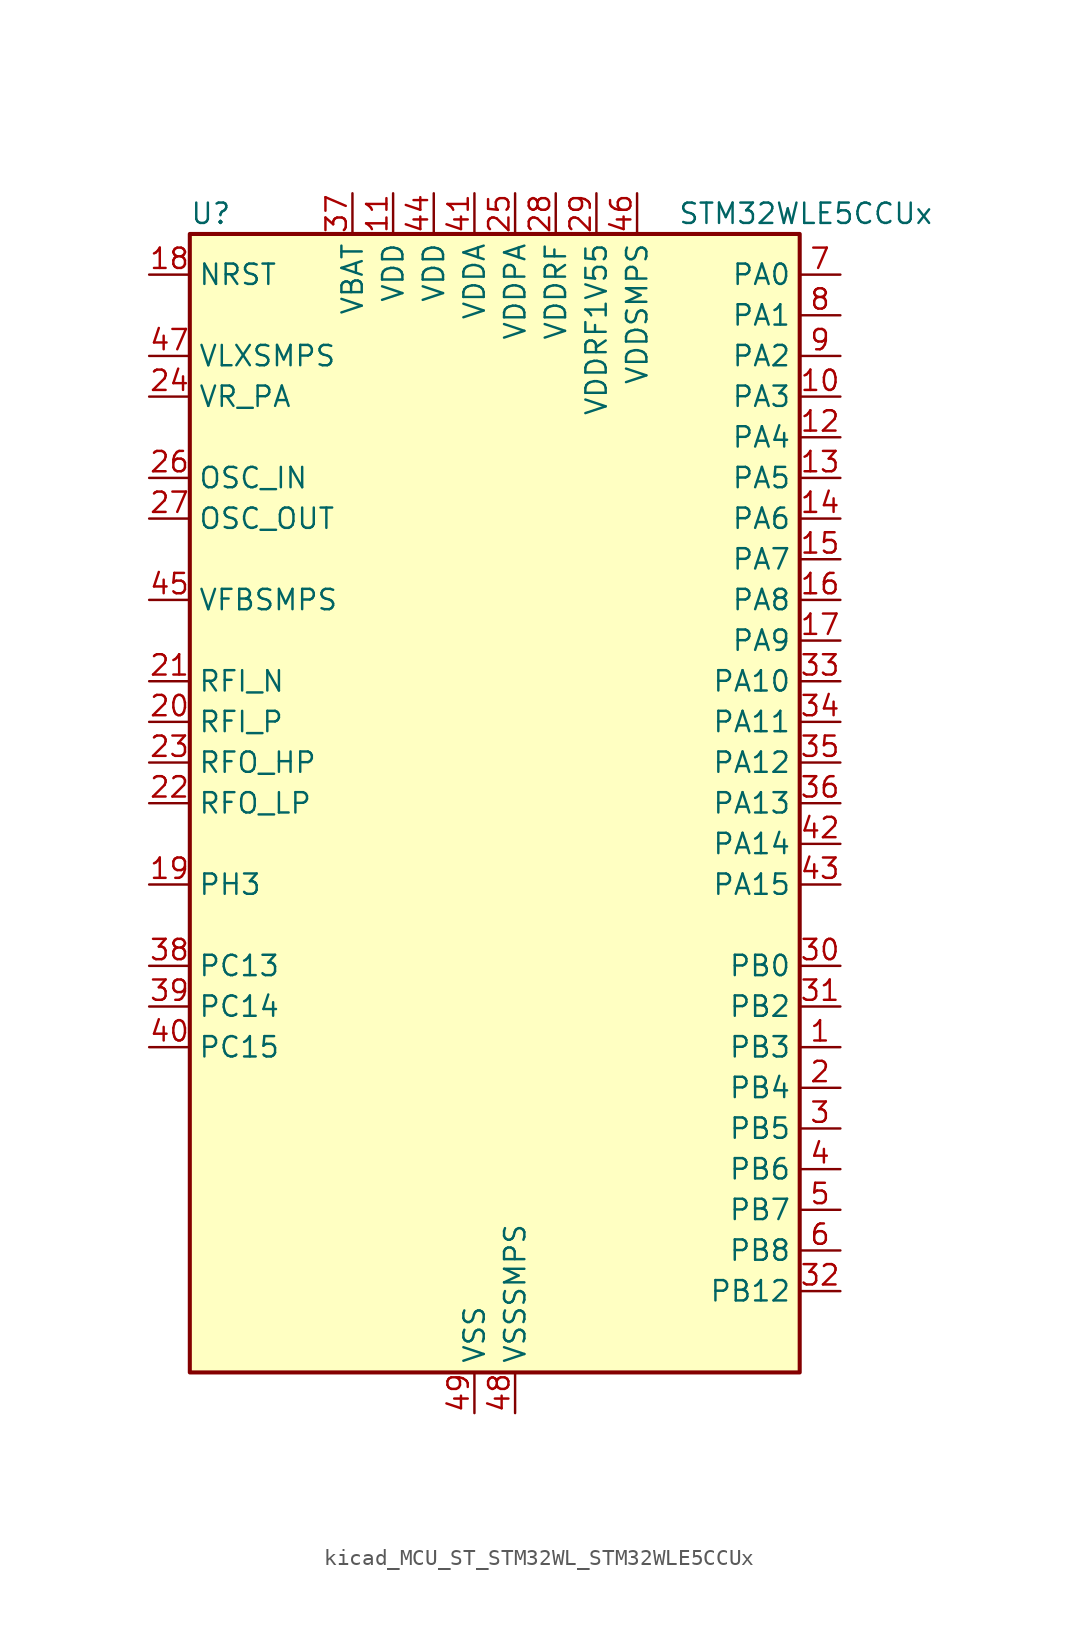
<source format=kicad_sym>
(kicad_symbol_lib
  (version 20220914)
  (generator kicad_symbol_editor)
  (symbol "kicad_MCU_ST_STM32WL_STM32WLE5CCUx"
    (property "Reference" "U"
      (at -17.78 36.83 0)
      (effects (font (size 1.27 1.27)) (justify left)))
    (property "Value" "STM32WLE5CCUx"
      (at 12.7 36.83 0)
      (effects (font (size 1.27 1.27)) (justify left)))
    (property "ki_locked" ""
      (at 0 0 0)
      (effects (font (size 1.27 1.27))))
    (symbol "kicad_MCU_ST_STM32WL_STM32WLE5CCUx_0_1"
      (rectangle (start -17.78 -35.56) (end 20.32 35.56) (stroke (width 0.254) (type default)) (fill (type background))))
    (symbol "kicad_MCU_ST_STM32WL_STM32WLE5CCUx_1_1"
      (pin bidirectional line (at 22.86 -15.24 180) (length 2.54) (name "PB3" (effects (font (size 1.27 1.27)))) (number "1" (effects (font (size 1.27 1.27)))) (alternate "ADC_IN2" bidirectional line) (alternate "COMP1_INM" bidirectional line) (alternate "COMP2_INM" bidirectional line) (alternate "DEBUG_JTDO-SWO" bidirectional line) (alternate "DEBUG_RF-DTB1" bidirectional line) (alternate "PWR_WKUP3" bidirectional line) (alternate "RTC_TAMP_IN3" bidirectional line) (alternate "SPI1_SCK" bidirectional line) (alternate "TIM2_CH2" bidirectional line) (alternate "USART1_DE" bidirectional line) (alternate "USART1_RTS" bidirectional line))
      (pin bidirectional line (at 22.86 25.4 180) (length 2.54) (name "PA3" (effects (font (size 1.27 1.27)))) (number "10" (effects (font (size 1.27 1.27)))) (alternate "I2S2_MCK" bidirectional line) (alternate "LPUART1_RX" bidirectional line) (alternate "TIM2_CH4" bidirectional line) (alternate "USART2_RX" bidirectional line))
      (pin power_in line (at -5.08 38.1 270) (length 2.54) (name "VDD" (effects (font (size 1.27 1.27)))) (number "11" (effects (font (size 1.27 1.27)))))
      (pin bidirectional line (at 22.86 22.86 180) (length 2.54) (name "PA4" (effects (font (size 1.27 1.27)))) (number "12" (effects (font (size 1.27 1.27)))) (alternate "DEBUG_SUBGHZSPI-NSSOUT" bidirectional line) (alternate "LPTIM1_OUT" bidirectional line) (alternate "LPTIM2_OUT" bidirectional line) (alternate "RTC_OUT2" bidirectional line) (alternate "SPI1_NSS" bidirectional line) (alternate "USART2_CK" bidirectional line))
      (pin bidirectional line (at 22.86 20.32 180) (length 2.54) (name "PA5" (effects (font (size 1.27 1.27)))) (number "13" (effects (font (size 1.27 1.27)))) (alternate "DEBUG_SUBGHZSPI-SCKOUT" bidirectional line) (alternate "LPTIM2_ETR" bidirectional line) (alternate "SPI1_SCK" bidirectional line) (alternate "SPI2_MISO" bidirectional line) (alternate "TIM2_CH1" bidirectional line) (alternate "TIM2_ETR" bidirectional line))
      (pin bidirectional line (at 22.86 17.78 180) (length 2.54) (name "PA6" (effects (font (size 1.27 1.27)))) (number "14" (effects (font (size 1.27 1.27)))) (alternate "DEBUG_SUBGHZSPI-MISOOUT" bidirectional line) (alternate "I2C2_SMBA" bidirectional line) (alternate "LPUART1_CTS" bidirectional line) (alternate "SPI1_MISO" bidirectional line) (alternate "TIM16_CH1" bidirectional line) (alternate "TIM1_BKIN" bidirectional line))
      (pin bidirectional line (at 22.86 15.24 180) (length 2.54) (name "PA7" (effects (font (size 1.27 1.27)))) (number "15" (effects (font (size 1.27 1.27)))) (alternate "COMP2_OUT" bidirectional line) (alternate "DEBUG_SUBGHZSPI-MOSIOUT" bidirectional line) (alternate "I2C3_SCL" bidirectional line) (alternate "SPI1_MOSI" bidirectional line) (alternate "TIM17_CH1" bidirectional line) (alternate "TIM1_CH1N" bidirectional line))
      (pin bidirectional line (at 22.86 12.7 180) (length 2.54) (name "PA8" (effects (font (size 1.27 1.27)))) (number "16" (effects (font (size 1.27 1.27)))) (alternate "I2S2_CK" bidirectional line) (alternate "LPTIM2_OUT" bidirectional line) (alternate "RCC_MCO" bidirectional line) (alternate "SPI2_SCK" bidirectional line) (alternate "TIM1_CH1" bidirectional line) (alternate "USART1_CK" bidirectional line))
      (pin bidirectional line (at 22.86 10.16 180) (length 2.54) (name "PA9" (effects (font (size 1.27 1.27)))) (number "17" (effects (font (size 1.27 1.27)))) (alternate "DAC_EXTI9" bidirectional line) (alternate "I2C1_SCL" bidirectional line) (alternate "I2S2_CK" bidirectional line) (alternate "I2S2_WS" bidirectional line) (alternate "SPI2_NSS" bidirectional line) (alternate "SPI2_SCK" bidirectional line) (alternate "TIM1_CH2" bidirectional line) (alternate "USART1_TX" bidirectional line))
      (pin input line (at -20.32 33.02 0) (length 2.54) (name "NRST" (effects (font (size 1.27 1.27)))) (number "18" (effects (font (size 1.27 1.27)))))
      (pin bidirectional line (at -20.32 -5.08 0) (length 2.54) (name "PH3" (effects (font (size 1.27 1.27)))) (number "19" (effects (font (size 1.27 1.27)))))
      (pin bidirectional line (at 22.86 -17.78 180) (length 2.54) (name "PB4" (effects (font (size 1.27 1.27)))) (number "2" (effects (font (size 1.27 1.27)))) (alternate "ADC_IN3" bidirectional line) (alternate "COMP1_INP" bidirectional line) (alternate "COMP2_INP" bidirectional line) (alternate "DEBUG_JTRST" bidirectional line) (alternate "DEBUG_RF-LDORDY" bidirectional line) (alternate "I2C3_SDA" bidirectional line) (alternate "SPI1_MISO" bidirectional line) (alternate "TIM17_BKIN" bidirectional line) (alternate "USART1_CTS" bidirectional line) (alternate "USART1_NSS" bidirectional line))
      (pin bidirectional line (at -20.32 5.08 0) (length 2.54) (name "RFI_P" (effects (font (size 1.27 1.27)))) (number "20" (effects (font (size 1.27 1.27)))))
      (pin bidirectional line (at -20.32 7.62 0) (length 2.54) (name "RFI_N" (effects (font (size 1.27 1.27)))) (number "21" (effects (font (size 1.27 1.27)))))
      (pin bidirectional line (at -20.32 0 0) (length 2.54) (name "RFO_LP" (effects (font (size 1.27 1.27)))) (number "22" (effects (font (size 1.27 1.27)))))
      (pin bidirectional line (at -20.32 2.54 0) (length 2.54) (name "RFO_HP" (effects (font (size 1.27 1.27)))) (number "23" (effects (font (size 1.27 1.27)))))
      (pin power_in line (at -20.32 25.4 0) (length 2.54) (name "VR_PA" (effects (font (size 1.27 1.27)))) (number "24" (effects (font (size 1.27 1.27)))))
      (pin power_in line (at 2.54 38.1 270) (length 2.54) (name "VDDPA" (effects (font (size 1.27 1.27)))) (number "25" (effects (font (size 1.27 1.27)))))
      (pin input line (at -20.32 20.32 0) (length 2.54) (name "OSC_IN" (effects (font (size 1.27 1.27)))) (number "26" (effects (font (size 1.27 1.27)))) (alternate "RCC_OSC_IN" bidirectional line))
      (pin input line (at -20.32 17.78 0) (length 2.54) (name "OSC_OUT" (effects (font (size 1.27 1.27)))) (number "27" (effects (font (size 1.27 1.27)))) (alternate "RCC_OSC_OUT" bidirectional line))
      (pin power_in line (at 5.08 38.1 270) (length 2.54) (name "VDDRF" (effects (font (size 1.27 1.27)))) (number "28" (effects (font (size 1.27 1.27)))))
      (pin power_in line (at 7.62 38.1 270) (length 2.54) (name "VDDRF1V55" (effects (font (size 1.27 1.27)))) (number "29" (effects (font (size 1.27 1.27)))))
      (pin bidirectional line (at 22.86 -20.32 180) (length 2.54) (name "PB5" (effects (font (size 1.27 1.27)))) (number "3" (effects (font (size 1.27 1.27)))) (alternate "COMP2_OUT" bidirectional line) (alternate "I2C1_SMBA" bidirectional line) (alternate "LPTIM1_IN1" bidirectional line) (alternate "SPI1_MOSI" bidirectional line) (alternate "TIM16_BKIN" bidirectional line) (alternate "USART1_CK" bidirectional line))
      (pin bidirectional line (at 22.86 -10.16 180) (length 2.54) (name "PB0" (effects (font (size 1.27 1.27)))) (number "30" (effects (font (size 1.27 1.27)))) (alternate "COMP1_OUT" bidirectional line) (alternate "VDDTCXO" bidirectional line))
      (pin bidirectional line (at 22.86 -12.7 180) (length 2.54) (name "PB2" (effects (font (size 1.27 1.27)))) (number "31" (effects (font (size 1.27 1.27)))) (alternate "ADC_IN4" bidirectional line) (alternate "COMP1_INP" bidirectional line) (alternate "COMP2_INM" bidirectional line) (alternate "DEBUG_RF-SMPSRDY" bidirectional line) (alternate "I2C3_SMBA" bidirectional line) (alternate "LPTIM1_OUT" bidirectional line) (alternate "SPI1_NSS" bidirectional line))
      (pin bidirectional line (at 22.86 -30.48 180) (length 2.54) (name "PB12" (effects (font (size 1.27 1.27)))) (number "32" (effects (font (size 1.27 1.27)))) (alternate "I2C3_SMBA" bidirectional line) (alternate "I2S2_WS" bidirectional line) (alternate "LPUART1_RTS" bidirectional line) (alternate "SPI2_NSS" bidirectional line) (alternate "TIM1_BKIN" bidirectional line))
      (pin bidirectional line (at 22.86 7.62 180) (length 2.54) (name "PA10" (effects (font (size 1.27 1.27)))) (number "33" (effects (font (size 1.27 1.27)))) (alternate "ADC_IN6" bidirectional line) (alternate "COMP1_INM" bidirectional line) (alternate "COMP2_INM" bidirectional line) (alternate "DAC_OUT1" bidirectional line) (alternate "DEBUG_RF-HSE32RDY" bidirectional line) (alternate "I2C1_SDA" bidirectional line) (alternate "I2S2_SD" bidirectional line) (alternate "RTC_REFIN" bidirectional line) (alternate "SPI2_MOSI" bidirectional line) (alternate "TIM17_BKIN" bidirectional line) (alternate "TIM1_CH3" bidirectional line) (alternate "USART1_RX" bidirectional line))
      (pin bidirectional line (at 22.86 5.08 180) (length 2.54) (name "PA11" (effects (font (size 1.27 1.27)))) (number "34" (effects (font (size 1.27 1.27)))) (alternate "ADC_EXTI11" bidirectional line) (alternate "ADC_IN7" bidirectional line) (alternate "COMP1_INM" bidirectional line) (alternate "COMP2_INM" bidirectional line) (alternate "DEBUG_RF-NRESET" bidirectional line) (alternate "I2C2_SDA" bidirectional line) (alternate "LPTIM3_ETR" bidirectional line) (alternate "SPI1_MISO" bidirectional line) (alternate "TIM1_BKIN2" bidirectional line) (alternate "TIM1_CH4" bidirectional line) (alternate "USART1_CTS" bidirectional line) (alternate "USART1_NSS" bidirectional line))
      (pin bidirectional line (at 22.86 2.54 180) (length 2.54) (name "PA12" (effects (font (size 1.27 1.27)))) (number "35" (effects (font (size 1.27 1.27)))) (alternate "ADC_IN8" bidirectional line) (alternate "DEBUG_RF-BUSY" bidirectional line) (alternate "I2C2_SCL" bidirectional line) (alternate "LPTIM3_IN1" bidirectional line) (alternate "SPI1_MOSI" bidirectional line) (alternate "TIM1_ETR" bidirectional line) (alternate "USART1_DE" bidirectional line) (alternate "USART1_RTS" bidirectional line))
      (pin bidirectional line (at 22.86 0 180) (length 2.54) (name "PA13" (effects (font (size 1.27 1.27)))) (number "36" (effects (font (size 1.27 1.27)))) (alternate "ADC_IN9" bidirectional line) (alternate "DEBUG_JTMS-SWDIO" bidirectional line) (alternate "I2C2_SMBA" bidirectional line) (alternate "IR_OUT" bidirectional line))
      (pin power_in line (at -7.62 38.1 270) (length 2.54) (name "VBAT" (effects (font (size 1.27 1.27)))) (number "37" (effects (font (size 1.27 1.27)))))
      (pin bidirectional line (at -20.32 -10.16 0) (length 2.54) (name "PC13" (effects (font (size 1.27 1.27)))) (number "38" (effects (font (size 1.27 1.27)))) (alternate "PWR_WKUP2" bidirectional line) (alternate "RTC_OUT1" bidirectional line) (alternate "RTC_TAMP_IN1" bidirectional line) (alternate "RTC_TS" bidirectional line))
      (pin bidirectional line (at -20.32 -12.7 0) (length 2.54) (name "PC14" (effects (font (size 1.27 1.27)))) (number "39" (effects (font (size 1.27 1.27)))) (alternate "RCC_OSC32_IN" bidirectional line))
      (pin bidirectional line (at 22.86 -22.86 180) (length 2.54) (name "PB6" (effects (font (size 1.27 1.27)))) (number "4" (effects (font (size 1.27 1.27)))) (alternate "I2C1_SCL" bidirectional line) (alternate "LPTIM1_ETR" bidirectional line) (alternate "TIM16_CH1N" bidirectional line) (alternate "USART1_TX" bidirectional line))
      (pin bidirectional line (at -20.32 -15.24 0) (length 2.54) (name "PC15" (effects (font (size 1.27 1.27)))) (number "40" (effects (font (size 1.27 1.27)))) (alternate "RCC_OSC32_OUT" bidirectional line))
      (pin power_in line (at 0 38.1 270) (length 2.54) (name "VDDA" (effects (font (size 1.27 1.27)))) (number "41" (effects (font (size 1.27 1.27)))))
      (pin bidirectional line (at 22.86 -2.54 180) (length 2.54) (name "PA14" (effects (font (size 1.27 1.27)))) (number "42" (effects (font (size 1.27 1.27)))) (alternate "ADC_IN10" bidirectional line) (alternate "DEBUG_JTCK-SWCLK" bidirectional line) (alternate "I2C1_SMBA" bidirectional line) (alternate "LPTIM1_OUT" bidirectional line))
      (pin bidirectional line (at 22.86 -5.08 180) (length 2.54) (name "PA15" (effects (font (size 1.27 1.27)))) (number "43" (effects (font (size 1.27 1.27)))) (alternate "ADC_IN11" bidirectional line) (alternate "COMP1_INM" bidirectional line) (alternate "COMP2_INP" bidirectional line) (alternate "DEBUG_JTDI" bidirectional line) (alternate "I2C2_SDA" bidirectional line) (alternate "SPI1_NSS" bidirectional line) (alternate "TIM2_CH1" bidirectional line) (alternate "TIM2_ETR" bidirectional line))
      (pin power_in line (at -2.54 38.1 270) (length 2.54) (name "VDD" (effects (font (size 1.27 1.27)))) (number "44" (effects (font (size 1.27 1.27)))))
      (pin input line (at -20.32 12.7 0) (length 2.54) (name "VFBSMPS" (effects (font (size 1.27 1.27)))) (number "45" (effects (font (size 1.27 1.27)))))
      (pin power_in line (at 10.16 38.1 270) (length 2.54) (name "VDDSMPS" (effects (font (size 1.27 1.27)))) (number "46" (effects (font (size 1.27 1.27)))))
      (pin power_in line (at -20.32 27.94 0) (length 2.54) (name "VLXSMPS" (effects (font (size 1.27 1.27)))) (number "47" (effects (font (size 1.27 1.27)))))
      (pin power_in line (at 2.54 -38.1 90) (length 2.54) (name "VSSSMPS" (effects (font (size 1.27 1.27)))) (number "48" (effects (font (size 1.27 1.27)))))
      (pin power_in line (at 0 -38.1 90) (length 2.54) (name "VSS" (effects (font (size 1.27 1.27)))) (number "49" (effects (font (size 1.27 1.27)))))
      (pin bidirectional line (at 22.86 -25.4 180) (length 2.54) (name "PB7" (effects (font (size 1.27 1.27)))) (number "5" (effects (font (size 1.27 1.27)))) (alternate "I2C1_SDA" bidirectional line) (alternate "LPTIM1_IN2" bidirectional line) (alternate "PWR_PVD_IN" bidirectional line) (alternate "TIM17_CH1N" bidirectional line) (alternate "TIM1_BKIN" bidirectional line) (alternate "USART1_RX" bidirectional line))
      (pin bidirectional line (at 22.86 -27.94 180) (length 2.54) (name "PB8" (effects (font (size 1.27 1.27)))) (number "6" (effects (font (size 1.27 1.27)))) (alternate "I2C1_SCL" bidirectional line) (alternate "TIM16_CH1" bidirectional line) (alternate "TIM1_CH2N" bidirectional line))
      (pin bidirectional line (at 22.86 33.02 180) (length 2.54) (name "PA0" (effects (font (size 1.27 1.27)))) (number "7" (effects (font (size 1.27 1.27)))) (alternate "COMP1_OUT" bidirectional line) (alternate "DEBUG_PWR-REGLP1S" bidirectional line) (alternate "I2C3_SMBA" bidirectional line) (alternate "I2S_CKIN" bidirectional line) (alternate "PWR_WKUP1" bidirectional line) (alternate "RTC_TAMP_IN2" bidirectional line) (alternate "TIM2_CH1" bidirectional line) (alternate "TIM2_ETR" bidirectional line) (alternate "USART2_CTS" bidirectional line) (alternate "USART2_NSS" bidirectional line))
      (pin bidirectional line (at 22.86 30.48 180) (length 2.54) (name "PA1" (effects (font (size 1.27 1.27)))) (number "8" (effects (font (size 1.27 1.27)))) (alternate "DEBUG_PWR-REGLP2S" bidirectional line) (alternate "I2C1_SMBA" bidirectional line) (alternate "LPTIM3_OUT" bidirectional line) (alternate "LPUART1_RTS" bidirectional line) (alternate "SPI1_SCK" bidirectional line) (alternate "TIM2_CH2" bidirectional line) (alternate "USART2_DE" bidirectional line) (alternate "USART2_RTS" bidirectional line))
      (pin bidirectional line (at 22.86 27.94 180) (length 2.54) (name "PA2" (effects (font (size 1.27 1.27)))) (number "9" (effects (font (size 1.27 1.27)))) (alternate "COMP2_OUT" bidirectional line) (alternate "DEBUG_PWR-LDORDY" bidirectional line) (alternate "LPUART1_TX" bidirectional line) (alternate "RCC_LSCO" bidirectional line) (alternate "TIM2_CH3" bidirectional line) (alternate "USART2_TX" bidirectional line)))))
</source>
